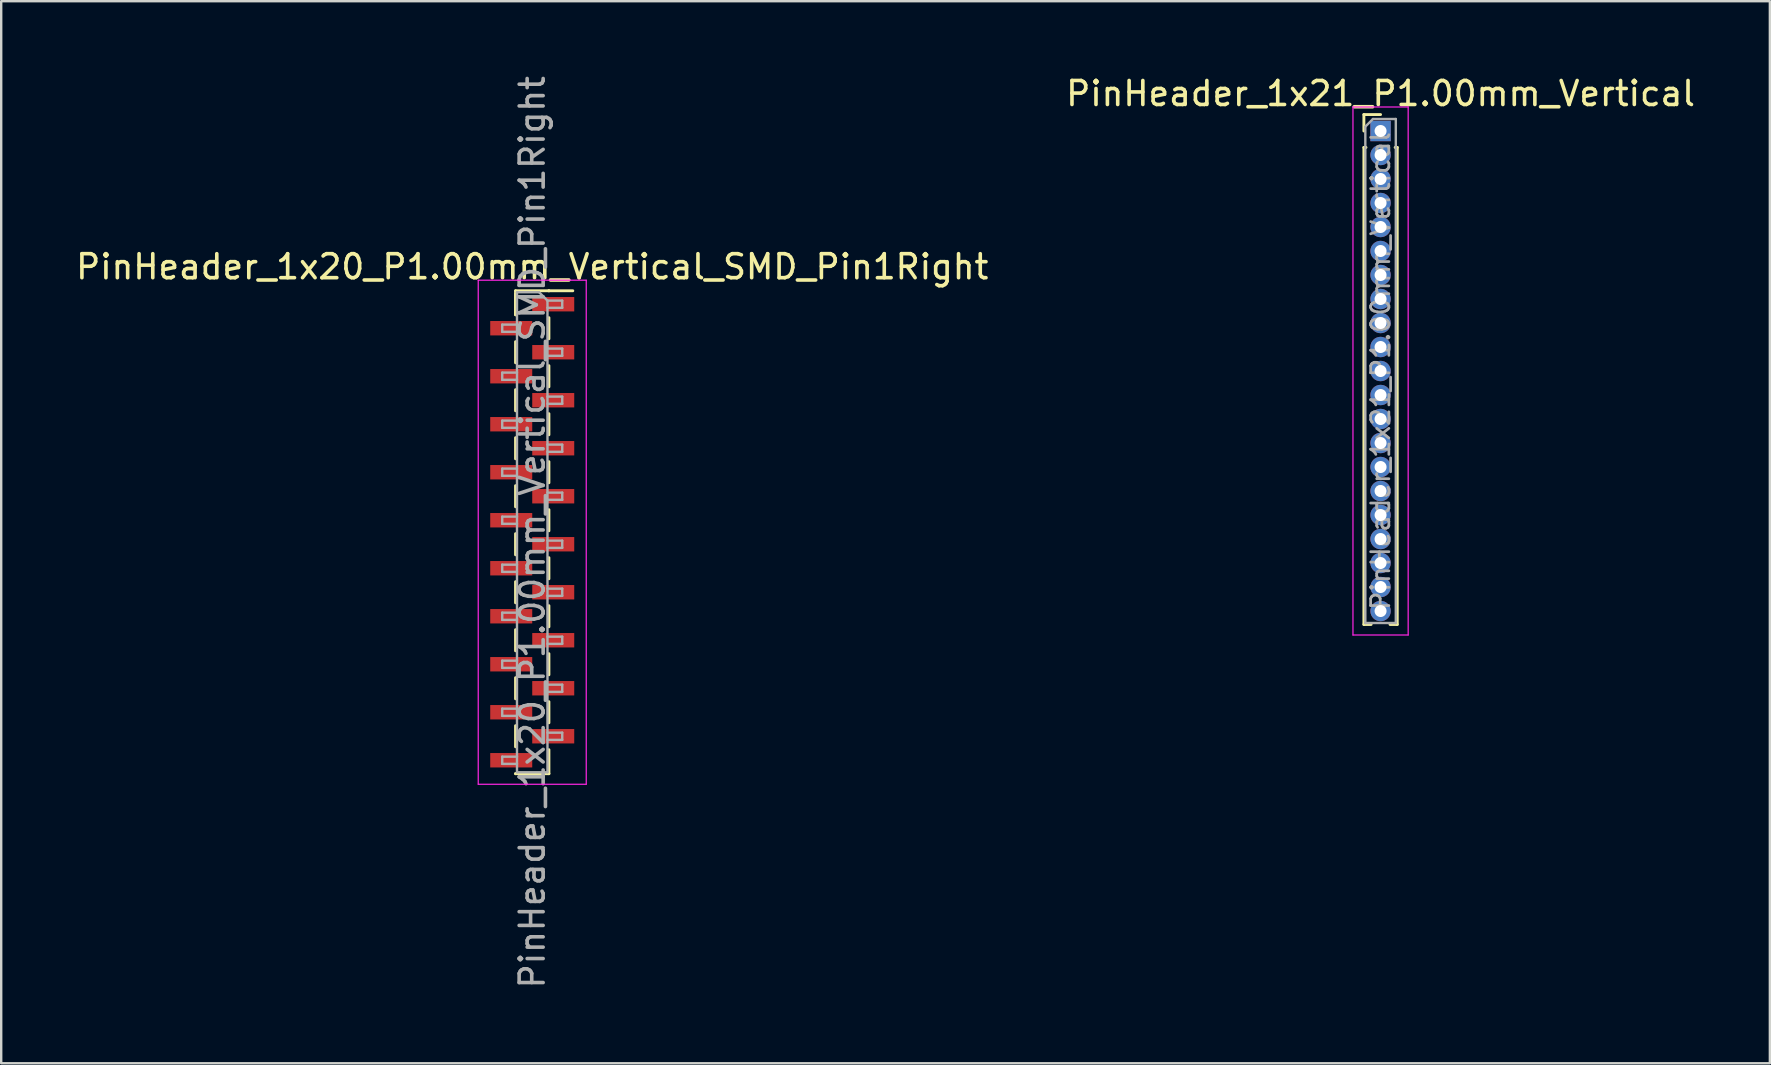
<source format=kicad_pcb>
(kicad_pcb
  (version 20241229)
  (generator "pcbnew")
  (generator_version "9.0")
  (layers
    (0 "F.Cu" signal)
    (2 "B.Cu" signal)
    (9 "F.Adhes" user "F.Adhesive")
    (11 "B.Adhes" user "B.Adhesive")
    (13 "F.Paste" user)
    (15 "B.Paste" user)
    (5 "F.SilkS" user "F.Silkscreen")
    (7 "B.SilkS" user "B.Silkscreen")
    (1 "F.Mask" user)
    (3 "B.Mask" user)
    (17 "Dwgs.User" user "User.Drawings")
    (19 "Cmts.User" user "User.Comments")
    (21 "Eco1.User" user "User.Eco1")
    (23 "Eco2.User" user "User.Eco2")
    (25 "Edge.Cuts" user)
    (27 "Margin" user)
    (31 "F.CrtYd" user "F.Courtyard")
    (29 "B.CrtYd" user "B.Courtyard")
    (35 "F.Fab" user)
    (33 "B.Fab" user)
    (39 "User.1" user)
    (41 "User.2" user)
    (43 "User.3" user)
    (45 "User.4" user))
  (footprint "PinHeader_1x21_P1.00mm_Vertical"
    (layer "F.Cu")
    (at 54.47 2.408)
    (property "Reference" "PinHeader_1x21_P1.00mm_Vertical" (at 0 -1.56 0) (layer "F.SilkS") (effects (font (size 1 1) (thickness 0.15))))
    (attr through_hole)
    (fp_line (start -0.695 -0.685) (end 0 -0.685) (stroke (width 0.12) (type solid)) (layer "F.SilkS"))
    (fp_line (start -0.695 0) (end -0.695 -0.685) (stroke (width 0.12) (type solid)) (layer "F.SilkS"))
    (fp_line (start -0.695 0.685) (end -0.695 20.56) (stroke (width 0.12) (type solid)) (layer "F.SilkS"))
    (fp_line (start -0.695 0.685) (end -0.608 0.685) (stroke (width 0.12) (type solid)) (layer "F.SilkS"))
    (fp_line (start -0.695 20.56) (end -0.394 20.56) (stroke (width 0.12) (type solid)) (layer "F.SilkS"))
    (fp_line (start 0.394 20.56) (end 0.695 20.56) (stroke (width 0.12) (type solid)) (layer "F.SilkS"))
    (fp_line (start 0.608 0.685) (end 0.695 0.685) (stroke (width 0.12) (type solid)) (layer "F.SilkS"))
    (fp_line (start 0.695 0.685) (end 0.695 20.56) (stroke (width 0.12) (type solid)) (layer "F.SilkS"))
    (fp_line (start -1.15 -1) (end -1.15 21) (stroke (width 0.05) (type solid)) (layer "F.CrtYd"))
    (fp_line (start -1.15 21) (end 1.15 21) (stroke (width 0.05) (type solid)) (layer "F.CrtYd"))
    (fp_line (start 1.15 -1) (end -1.15 -1) (stroke (width 0.05) (type solid)) (layer "F.CrtYd"))
    (fp_line (start 1.15 21) (end 1.15 -1) (stroke (width 0.05) (type solid)) (layer "F.CrtYd"))
    (fp_line (start -0.635 -0.182) (end -0.318 -0.5) (stroke (width 0.1) (type solid)) (layer "F.Fab"))
    (fp_line (start -0.635 20.5) (end -0.635 -0.182) (stroke (width 0.1) (type solid)) (layer "F.Fab"))
    (fp_line (start -0.318 -0.5) (end 0.635 -0.5) (stroke (width 0.1) (type solid)) (layer "F.Fab"))
    (fp_line (start 0.635 -0.5) (end 0.635 20.5) (stroke (width 0.1) (type solid)) (layer "F.Fab"))
    (fp_line (start 0.635 20.5) (end -0.635 20.5) (stroke (width 0.1) (type solid)) (layer "F.Fab"))
    (fp_text user "${REFERENCE}" (at 0 10 90) (layer "F.Fab") (effects (font (size 0.76 0.76) (thickness 0.114))))
    (pad "1" thru_hole rect (at 0 0) (size 0.85 0.85) (drill 0.5) (layers "*.Cu" "*.Mask"))
    (pad "2" thru_hole oval (at 0 1) (size 0.85 0.85) (drill 0.5) (layers "*.Cu" "*.Mask"))
    (pad "3" thru_hole oval (at 0 2) (size 0.85 0.85) (drill 0.5) (layers "*.Cu" "*.Mask"))
    (pad "4" thru_hole oval (at 0 3) (size 0.85 0.85) (drill 0.5) (layers "*.Cu" "*.Mask"))
    (pad "5" thru_hole oval (at 0 4) (size 0.85 0.85) (drill 0.5) (layers "*.Cu" "*.Mask"))
    (pad "6" thru_hole oval (at 0 5) (size 0.85 0.85) (drill 0.5) (layers "*.Cu" "*.Mask"))
    (pad "7" thru_hole oval (at 0 6) (size 0.85 0.85) (drill 0.5) (layers "*.Cu" "*.Mask"))
    (pad "8" thru_hole oval (at 0 7) (size 0.85 0.85) (drill 0.5) (layers "*.Cu" "*.Mask"))
    (pad "9" thru_hole oval (at 0 8) (size 0.85 0.85) (drill 0.5) (layers "*.Cu" "*.Mask"))
    (pad "10" thru_hole oval (at 0 9) (size 0.85 0.85) (drill 0.5) (layers "*.Cu" "*.Mask"))
    (pad "11" thru_hole oval (at 0 10) (size 0.85 0.85) (drill 0.5) (layers "*.Cu" "*.Mask"))
    (pad "12" thru_hole oval (at 0 11) (size 0.85 0.85) (drill 0.5) (layers "*.Cu" "*.Mask"))
    (pad "13" thru_hole oval (at 0 12) (size 0.85 0.85) (drill 0.5) (layers "*.Cu" "*.Mask"))
    (pad "14" thru_hole oval (at 0 13) (size 0.85 0.85) (drill 0.5) (layers "*.Cu" "*.Mask"))
    (pad "15" thru_hole oval (at 0 14) (size 0.85 0.85) (drill 0.5) (layers "*.Cu" "*.Mask"))
    (pad "16" thru_hole oval (at 0 15) (size 0.85 0.85) (drill 0.5) (layers "*.Cu" "*.Mask"))
    (pad "17" thru_hole oval (at 0 16) (size 0.85 0.85) (drill 0.5) (layers "*.Cu" "*.Mask"))
    (pad "18" thru_hole oval (at 0 17) (size 0.85 0.85) (drill 0.5) (layers "*.Cu" "*.Mask"))
    (pad "19" thru_hole oval (at 0 18) (size 0.85 0.85) (drill 0.5) (layers "*.Cu" "*.Mask"))
    (pad "20" thru_hole oval (at 0 19) (size 0.85 0.85) (drill 0.5) (layers "*.Cu" "*.Mask"))
    (pad "21" thru_hole oval (at 0 20) (size 0.85 0.85) (drill 0.5) (layers "*.Cu" "*.Mask")))
  (footprint "PinHeader_1x20_P1.00mm_Vertical_SMD_Pin1Right"
    (layer "F.Cu")
    (at 19.125 19.125)
    (property "Reference" "PinHeader_1x20_P1.00mm_Vertical_SMD_Pin1Right" (at 0 -11.06 0) (layer "F.SilkS") (effects (font (size 1 1) (thickness 0.15))))
    (attr smd)
    (fp_line (start -0.695 -10.06) (end -0.695 -9.06) (stroke (width 0.12) (type solid)) (layer "F.SilkS"))
    (fp_line (start -0.695 -10.06) (end 0.695 -10.06) (stroke (width 0.12) (type solid)) (layer "F.SilkS"))
    (fp_line (start -0.695 -9.94) (end -0.695 -9.06) (stroke (width 0.12) (type solid)) (layer "F.SilkS"))
    (fp_line (start -0.695 -7.94) (end -0.695 -7.06) (stroke (width 0.12) (type solid)) (layer "F.SilkS"))
    (fp_line (start -0.695 -5.94) (end -0.695 -5.06) (stroke (width 0.12) (type solid)) (layer "F.SilkS"))
    (fp_line (start -0.695 -3.94) (end -0.695 -3.06) (stroke (width 0.12) (type solid)) (layer "F.SilkS"))
    (fp_line (start -0.695 -1.94) (end -0.695 -1.06) (stroke (width 0.12) (type solid)) (layer "F.SilkS"))
    (fp_line (start -0.695 0.06) (end -0.695 0.94) (stroke (width 0.12) (type solid)) (layer "F.SilkS"))
    (fp_line (start -0.695 2.06) (end -0.695 2.94) (stroke (width 0.12) (type solid)) (layer "F.SilkS"))
    (fp_line (start -0.695 4.06) (end -0.695 4.94) (stroke (width 0.12) (type solid)) (layer "F.SilkS"))
    (fp_line (start -0.695 6.06) (end -0.695 6.94) (stroke (width 0.12) (type solid)) (layer "F.SilkS"))
    (fp_line (start -0.695 8.06) (end -0.695 8.94) (stroke (width 0.12) (type solid)) (layer "F.SilkS"))
    (fp_line (start -0.695 10.06) (end -0.695 10.06) (stroke (width 0.12) (type solid)) (layer "F.SilkS"))
    (fp_line (start -0.695 10.06) (end 0.695 10.06) (stroke (width 0.12) (type solid)) (layer "F.SilkS"))
    (fp_line (start 0.695 -10.06) (end 0.695 -10.06) (stroke (width 0.12) (type solid)) (layer "F.SilkS"))
    (fp_line (start 0.695 -10.06) (end 1.69 -10.06) (stroke (width 0.12) (type solid)) (layer "F.SilkS"))
    (fp_line (start 0.695 -8.94) (end 0.695 -8.06) (stroke (width 0.12) (type solid)) (layer "F.SilkS"))
    (fp_line (start 0.695 -6.94) (end 0.695 -6.06) (stroke (width 0.12) (type solid)) (layer "F.SilkS"))
    (fp_line (start 0.695 -4.94) (end 0.695 -4.06) (stroke (width 0.12) (type solid)) (layer "F.SilkS"))
    (fp_line (start 0.695 -2.94) (end 0.695 -2.06) (stroke (width 0.12) (type solid)) (layer "F.SilkS"))
    (fp_line (start 0.695 -0.94) (end 0.695 -0.06) (stroke (width 0.12) (type solid)) (layer "F.SilkS"))
    (fp_line (start 0.695 1.06) (end 0.695 1.94) (stroke (width 0.12) (type solid)) (layer "F.SilkS"))
    (fp_line (start 0.695 3.06) (end 0.695 3.94) (stroke (width 0.12) (type solid)) (layer "F.SilkS"))
    (fp_line (start 0.695 5.06) (end 0.695 5.94) (stroke (width 0.12) (type solid)) (layer "F.SilkS"))
    (fp_line (start 0.695 7.06) (end 0.695 7.94) (stroke (width 0.12) (type solid)) (layer "F.SilkS"))
    (fp_line (start 0.695 9.06) (end 0.695 10.06) (stroke (width 0.12) (type solid)) (layer "F.SilkS"))
    (fp_line (start -2.25 -10.5) (end -2.25 10.5) (stroke (width 0.05) (type solid)) (layer "F.CrtYd"))
    (fp_line (start -2.25 10.5) (end 2.25 10.5) (stroke (width 0.05) (type solid)) (layer "F.CrtYd"))
    (fp_line (start 2.25 -10.5) (end -2.25 -10.5) (stroke (width 0.05) (type solid)) (layer "F.CrtYd"))
    (fp_line (start 2.25 10.5) (end 2.25 -10.5) (stroke (width 0.05) (type solid)) (layer "F.CrtYd"))
    (fp_line (start -1.25 -8.65) (end -1.25 -8.35) (stroke (width 0.1) (type solid)) (layer "F.Fab"))
    (fp_line (start -1.25 -8.35) (end -0.635 -8.35) (stroke (width 0.1) (type solid)) (layer "F.Fab"))
    (fp_line (start -1.25 -6.65) (end -1.25 -6.35) (stroke (width 0.1) (type solid)) (layer "F.Fab"))
    (fp_line (start -1.25 -6.35) (end -0.635 -6.35) (stroke (width 0.1) (type solid)) (layer "F.Fab"))
    (fp_line (start -1.25 -4.65) (end -1.25 -4.35) (stroke (width 0.1) (type solid)) (layer "F.Fab"))
    (fp_line (start -1.25 -4.35) (end -0.635 -4.35) (stroke (width 0.1) (type solid)) (layer "F.Fab"))
    (fp_line (start -1.25 -2.65) (end -1.25 -2.35) (stroke (width 0.1) (type solid)) (layer "F.Fab"))
    (fp_line (start -1.25 -2.35) (end -0.635 -2.35) (stroke (width 0.1) (type solid)) (layer "F.Fab"))
    (fp_line (start -1.25 -0.65) (end -1.25 -0.35) (stroke (width 0.1) (type solid)) (layer "F.Fab"))
    (fp_line (start -1.25 -0.35) (end -0.635 -0.35) (stroke (width 0.1) (type solid)) (layer "F.Fab"))
    (fp_line (start -1.25 1.35) (end -1.25 1.65) (stroke (width 0.1) (type solid)) (layer "F.Fab"))
    (fp_line (start -1.25 1.65) (end -0.635 1.65) (stroke (width 0.1) (type solid)) (layer "F.Fab"))
    (fp_line (start -1.25 3.35) (end -1.25 3.65) (stroke (width 0.1) (type solid)) (layer "F.Fab"))
    (fp_line (start -1.25 3.65) (end -0.635 3.65) (stroke (width 0.1) (type solid)) (layer "F.Fab"))
    (fp_line (start -1.25 5.35) (end -1.25 5.65) (stroke (width 0.1) (type solid)) (layer "F.Fab"))
    (fp_line (start -1.25 5.65) (end -0.635 5.65) (stroke (width 0.1) (type solid)) (layer "F.Fab"))
    (fp_line (start -1.25 7.35) (end -1.25 7.65) (stroke (width 0.1) (type solid)) (layer "F.Fab"))
    (fp_line (start -1.25 7.65) (end -0.635 7.65) (stroke (width 0.1) (type solid)) (layer "F.Fab"))
    (fp_line (start -1.25 9.35) (end -1.25 9.65) (stroke (width 0.1) (type solid)) (layer "F.Fab"))
    (fp_line (start -1.25 9.65) (end -0.635 9.65) (stroke (width 0.1) (type solid)) (layer "F.Fab"))
    (fp_line (start -0.635 -10) (end -0.635 10) (stroke (width 0.1) (type solid)) (layer "F.Fab"))
    (fp_line (start -0.635 -10) (end 0.285 -10) (stroke (width 0.1) (type solid)) (layer "F.Fab"))
    (fp_line (start -0.635 -8.65) (end -1.25 -8.65) (stroke (width 0.1) (type solid)) (layer "F.Fab"))
    (fp_line (start -0.635 -6.65) (end -1.25 -6.65) (stroke (width 0.1) (type solid)) (layer "F.Fab"))
    (fp_line (start -0.635 -4.65) (end -1.25 -4.65) (stroke (width 0.1) (type solid)) (layer "F.Fab"))
    (fp_line (start -0.635 -2.65) (end -1.25 -2.65) (stroke (width 0.1) (type solid)) (layer "F.Fab"))
    (fp_line (start -0.635 -0.65) (end -1.25 -0.65) (stroke (width 0.1) (type solid)) (layer "F.Fab"))
    (fp_line (start -0.635 1.35) (end -1.25 1.35) (stroke (width 0.1) (type solid)) (layer "F.Fab"))
    (fp_line (start -0.635 3.35) (end -1.25 3.35) (stroke (width 0.1) (type solid)) (layer "F.Fab"))
    (fp_line (start -0.635 5.35) (end -1.25 5.35) (stroke (width 0.1) (type solid)) (layer "F.Fab"))
    (fp_line (start -0.635 7.35) (end -1.25 7.35) (stroke (width 0.1) (type solid)) (layer "F.Fab"))
    (fp_line (start -0.635 9.35) (end -1.25 9.35) (stroke (width 0.1) (type solid)) (layer "F.Fab"))
    (fp_line (start 0.635 -9.65) (end 0.285 -10) (stroke (width 0.1) (type solid)) (layer "F.Fab"))
    (fp_line (start 0.635 -9.65) (end 1.25 -9.65) (stroke (width 0.1) (type solid)) (layer "F.Fab"))
    (fp_line (start 0.635 -7.65) (end 1.25 -7.65) (stroke (width 0.1) (type solid)) (layer "F.Fab"))
    (fp_line (start 0.635 -5.65) (end 1.25 -5.65) (stroke (width 0.1) (type solid)) (layer "F.Fab"))
    (fp_line (start 0.635 -3.65) (end 1.25 -3.65) (stroke (width 0.1) (type solid)) (layer "F.Fab"))
    (fp_line (start 0.635 -1.65) (end 1.25 -1.65) (stroke (width 0.1) (type solid)) (layer "F.Fab"))
    (fp_line (start 0.635 0.35) (end 1.25 0.35) (stroke (width 0.1) (type solid)) (layer "F.Fab"))
    (fp_line (start 0.635 2.35) (end 1.25 2.35) (stroke (width 0.1) (type solid)) (layer "F.Fab"))
    (fp_line (start 0.635 4.35) (end 1.25 4.35) (stroke (width 0.1) (type solid)) (layer "F.Fab"))
    (fp_line (start 0.635 6.35) (end 1.25 6.35) (stroke (width 0.1) (type solid)) (layer "F.Fab"))
    (fp_line (start 0.635 8.35) (end 1.25 8.35) (stroke (width 0.1) (type solid)) (layer "F.Fab"))
    (fp_line (start 0.635 10) (end -0.635 10) (stroke (width 0.1) (type solid)) (layer "F.Fab"))
    (fp_line (start 0.635 10) (end 0.635 -9.65) (stroke (width 0.1) (type solid)) (layer "F.Fab"))
    (fp_line (start 1.25 -9.65) (end 1.25 -9.35) (stroke (width 0.1) (type solid)) (layer "F.Fab"))
    (fp_line (start 1.25 -9.35) (end 0.635 -9.35) (stroke (width 0.1) (type solid)) (layer "F.Fab"))
    (fp_line (start 1.25 -7.65) (end 1.25 -7.35) (stroke (width 0.1) (type solid)) (layer "F.Fab"))
    (fp_line (start 1.25 -7.35) (end 0.635 -7.35) (stroke (width 0.1) (type solid)) (layer "F.Fab"))
    (fp_line (start 1.25 -5.65) (end 1.25 -5.35) (stroke (width 0.1) (type solid)) (layer "F.Fab"))
    (fp_line (start 1.25 -5.35) (end 0.635 -5.35) (stroke (width 0.1) (type solid)) (layer "F.Fab"))
    (fp_line (start 1.25 -3.65) (end 1.25 -3.35) (stroke (width 0.1) (type solid)) (layer "F.Fab"))
    (fp_line (start 1.25 -3.35) (end 0.635 -3.35) (stroke (width 0.1) (type solid)) (layer "F.Fab"))
    (fp_line (start 1.25 -1.65) (end 1.25 -1.35) (stroke (width 0.1) (type solid)) (layer "F.Fab"))
    (fp_line (start 1.25 -1.35) (end 0.635 -1.35) (stroke (width 0.1) (type solid)) (layer "F.Fab"))
    (fp_line (start 1.25 0.35) (end 1.25 0.65) (stroke (width 0.1) (type solid)) (layer "F.Fab"))
    (fp_line (start 1.25 0.65) (end 0.635 0.65) (stroke (width 0.1) (type solid)) (layer "F.Fab"))
    (fp_line (start 1.25 2.35) (end 1.25 2.65) (stroke (width 0.1) (type solid)) (layer "F.Fab"))
    (fp_line (start 1.25 2.65) (end 0.635 2.65) (stroke (width 0.1) (type solid)) (layer "F.Fab"))
    (fp_line (start 1.25 4.35) (end 1.25 4.65) (stroke (width 0.1) (type solid)) (layer "F.Fab"))
    (fp_line (start 1.25 4.65) (end 0.635 4.65) (stroke (width 0.1) (type solid)) (layer "F.Fab"))
    (fp_line (start 1.25 6.35) (end 1.25 6.65) (stroke (width 0.1) (type solid)) (layer "F.Fab"))
    (fp_line (start 1.25 6.65) (end 0.635 6.65) (stroke (width 0.1) (type solid)) (layer "F.Fab"))
    (fp_line (start 1.25 8.35) (end 1.25 8.65) (stroke (width 0.1) (type solid)) (layer "F.Fab"))
    (fp_line (start 1.25 8.65) (end 0.635 8.65) (stroke (width 0.1) (type solid)) (layer "F.Fab"))
    (fp_text user "${REFERENCE}" (at 0 0 90) (layer "F.Fab") (effects (font (size 1 1) (thickness 0.15))))
    (pad "1" smd rect (at 0.875 -9.5) (size 1.75 0.6) (layers "F.Cu" "F.Mask" "F.Paste"))
    (pad "2" smd rect (at -0.875 -8.5) (size 1.75 0.6) (layers "F.Cu" "F.Mask" "F.Paste"))
    (pad "3" smd rect (at 0.875 -7.5) (size 1.75 0.6) (layers "F.Cu" "F.Mask" "F.Paste"))
    (pad "4" smd rect (at -0.875 -6.5) (size 1.75 0.6) (layers "F.Cu" "F.Mask" "F.Paste"))
    (pad "5" smd rect (at 0.875 -5.5) (size 1.75 0.6) (layers "F.Cu" "F.Mask" "F.Paste"))
    (pad "6" smd rect (at -0.875 -4.5) (size 1.75 0.6) (layers "F.Cu" "F.Mask" "F.Paste"))
    (pad "7" smd rect (at 0.875 -3.5) (size 1.75 0.6) (layers "F.Cu" "F.Mask" "F.Paste"))
    (pad "8" smd rect (at -0.875 -2.5) (size 1.75 0.6) (layers "F.Cu" "F.Mask" "F.Paste"))
    (pad "9" smd rect (at 0.875 -1.5) (size 1.75 0.6) (layers "F.Cu" "F.Mask" "F.Paste"))
    (pad "10" smd rect (at -0.875 -0.5) (size 1.75 0.6) (layers "F.Cu" "F.Mask" "F.Paste"))
    (pad "11" smd rect (at 0.875 0.5) (size 1.75 0.6) (layers "F.Cu" "F.Mask" "F.Paste"))
    (pad "12" smd rect (at -0.875 1.5) (size 1.75 0.6) (layers "F.Cu" "F.Mask" "F.Paste"))
    (pad "13" smd rect (at 0.875 2.5) (size 1.75 0.6) (layers "F.Cu" "F.Mask" "F.Paste"))
    (pad "14" smd rect (at -0.875 3.5) (size 1.75 0.6) (layers "F.Cu" "F.Mask" "F.Paste"))
    (pad "15" smd rect (at 0.875 4.5) (size 1.75 0.6) (layers "F.Cu" "F.Mask" "F.Paste"))
    (pad "16" smd rect (at -0.875 5.5) (size 1.75 0.6) (layers "F.Cu" "F.Mask" "F.Paste"))
    (pad "17" smd rect (at 0.875 6.5) (size 1.75 0.6) (layers "F.Cu" "F.Mask" "F.Paste"))
    (pad "18" smd rect (at -0.875 7.5) (size 1.75 0.6) (layers "F.Cu" "F.Mask" "F.Paste"))
    (pad "19" smd rect (at 0.875 8.5) (size 1.75 0.6) (layers "F.Cu" "F.Mask" "F.Paste"))
    (pad "20" smd rect (at -0.875 9.5) (size 1.75 0.6) (layers "F.Cu" "F.Mask" "F.Paste")))
  (gr_rect
    (start -3 -3)
    (end 70.69 41.25)
    (stroke (width 0.1) (type default))
    (fill no)
    (layer "Edge.Cuts")))
</source>
